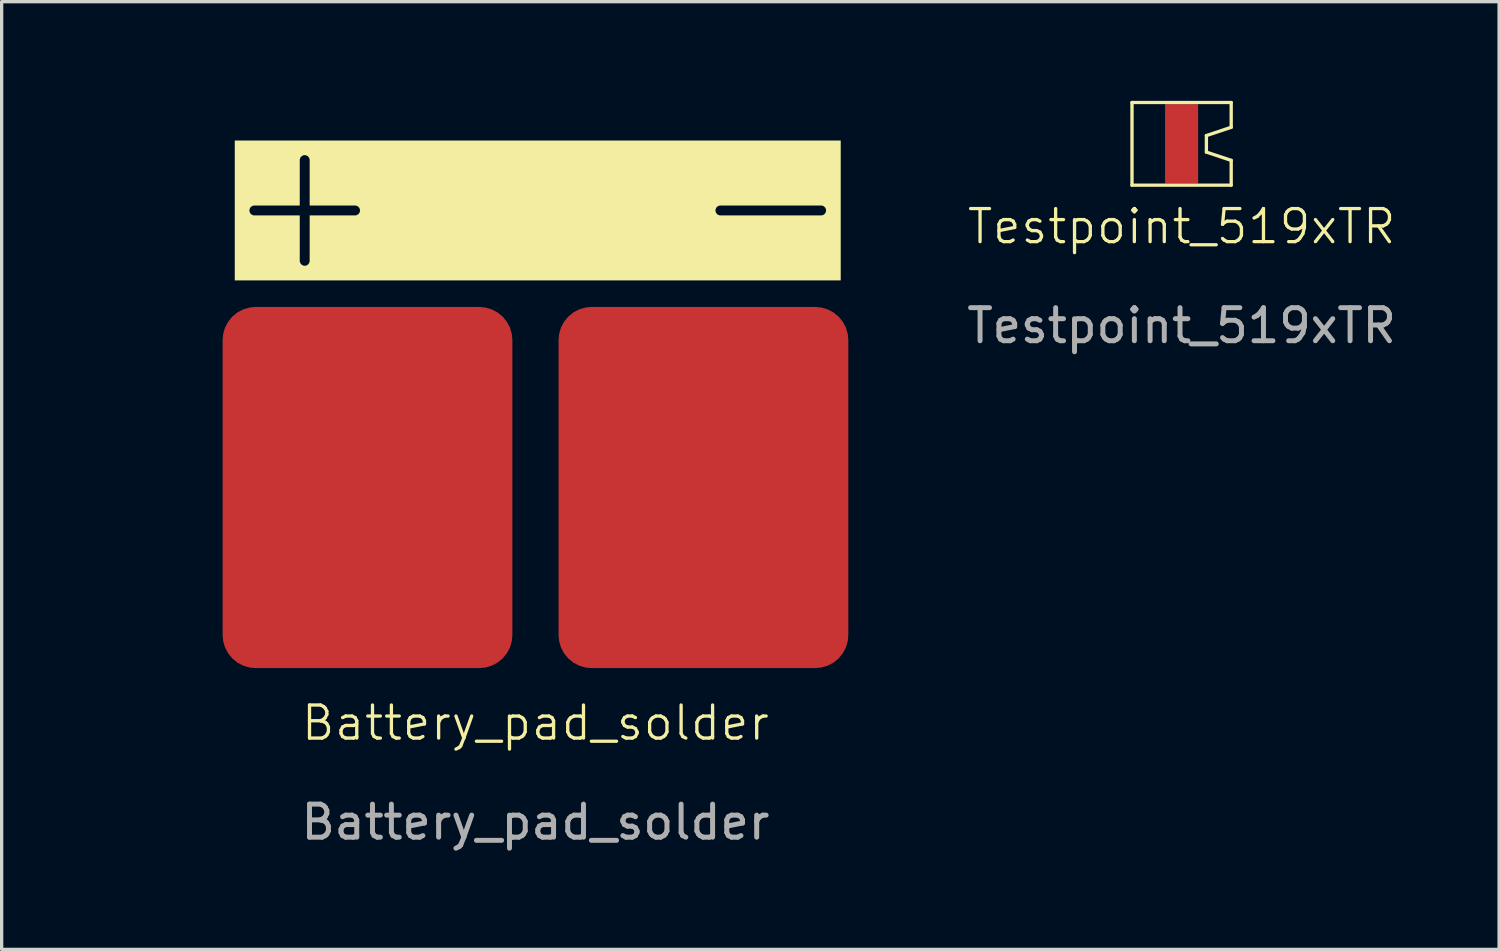
<source format=kicad_pcb>
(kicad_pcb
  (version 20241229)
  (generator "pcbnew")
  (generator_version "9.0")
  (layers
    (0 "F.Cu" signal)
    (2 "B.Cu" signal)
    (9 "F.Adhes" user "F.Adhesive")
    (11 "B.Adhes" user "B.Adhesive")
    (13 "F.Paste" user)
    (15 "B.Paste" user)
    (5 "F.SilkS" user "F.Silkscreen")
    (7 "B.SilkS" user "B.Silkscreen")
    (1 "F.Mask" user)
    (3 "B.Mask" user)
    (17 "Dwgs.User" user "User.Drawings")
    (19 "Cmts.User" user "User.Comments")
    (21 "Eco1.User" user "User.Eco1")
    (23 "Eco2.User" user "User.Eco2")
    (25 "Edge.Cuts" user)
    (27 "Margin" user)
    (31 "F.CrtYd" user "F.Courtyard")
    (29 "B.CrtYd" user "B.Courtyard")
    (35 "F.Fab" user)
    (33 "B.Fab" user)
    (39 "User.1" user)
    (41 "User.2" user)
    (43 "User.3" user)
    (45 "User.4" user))
  (footprint "Battery_pad_solder"
    (layer "F.Cu")
    (at 13.144 19.314)
    (property "Reference" "Battery_pad_solder" (at 0 -0.5 0) (unlocked yes) (layer "F.SilkS") (effects (font (size 1 1) (thickness 0.1))))
    (attr smd)
    (fp_text user " +   -" (at -12.7 -13.97 0) (unlocked yes) (layer "F.SilkS" knockout) (effects (font (size 4 4) (thickness 0.3) (bold yes)) (justify left bottom)))
    (fp_text user "${REFERENCE}" (at 0 2.5 0) (unlocked yes) (layer "F.Fab") (effects (font (size 1 1) (thickness 0.15))))
    (pad "1" smd roundrect (at 5.08 -7.62) (size 8.763 10.922) (layers "F.Cu" "F.Mask" "F.Paste") (roundrect_rratio 0.114))
    (pad "2" smd roundrect (at -5.08 -7.62) (size 8.763 10.922) (layers "F.Cu" "F.Mask" "F.Paste") (roundrect_rratio 0.114)))
  (footprint "Testpoint_519xTR"
    (layer "F.Cu")
    (at 32.685 2.3)
    (property "Reference" "Testpoint_519xTR" (at 0 1.5 0) (unlocked yes) (layer "F.SilkS") (effects (font (size 1 1) (thickness 0.1))))
    (attr smd)
    (fp_line (start -1.5 -2.25) (end -1.5 0.25) (stroke (width 0.1) (type default)) (layer "F.SilkS"))
    (fp_line (start -1.5 0.25) (end 1.5 0.25) (stroke (width 0.1) (type default)) (layer "F.SilkS"))
    (fp_line (start 0.75 -1.25) (end 0.75 -0.75) (stroke (width 0.1) (type default)) (layer "F.SilkS"))
    (fp_line (start 0.75 -0.75) (end 1.5 -0.5) (stroke (width 0.1) (type default)) (layer "F.SilkS"))
    (fp_line (start 1.5 -2.25) (end -1.5 -2.25) (stroke (width 0.1) (type default)) (layer "F.SilkS"))
    (fp_line (start 1.5 -1.5) (end 0.75 -1.25) (stroke (width 0.1) (type default)) (layer "F.SilkS"))
    (fp_line (start 1.5 -1.5) (end 1.5 -2.25) (stroke (width 0.1) (type default)) (layer "F.SilkS"))
    (fp_line (start 1.5 -0.5) (end 1.5 0.25) (stroke (width 0.1) (type default)) (layer "F.SilkS"))
    (fp_text user "${REFERENCE}" (at 0 4.5 0) (unlocked yes) (layer "F.Fab") (effects (font (size 1 1) (thickness 0.15))))
    (pad "1" smd roundrect (at 0 -1 90) (size 2.4 1) (layers "F.Cu" "F.Mask" "F.Paste") (roundrect_rratio 0.02)))
  (gr_rect
    (start -3 -3)
    (end 42.287 25.663)
    (stroke (width 0.1) (type default))
    (fill no)
    (layer "Edge.Cuts")))
</source>
